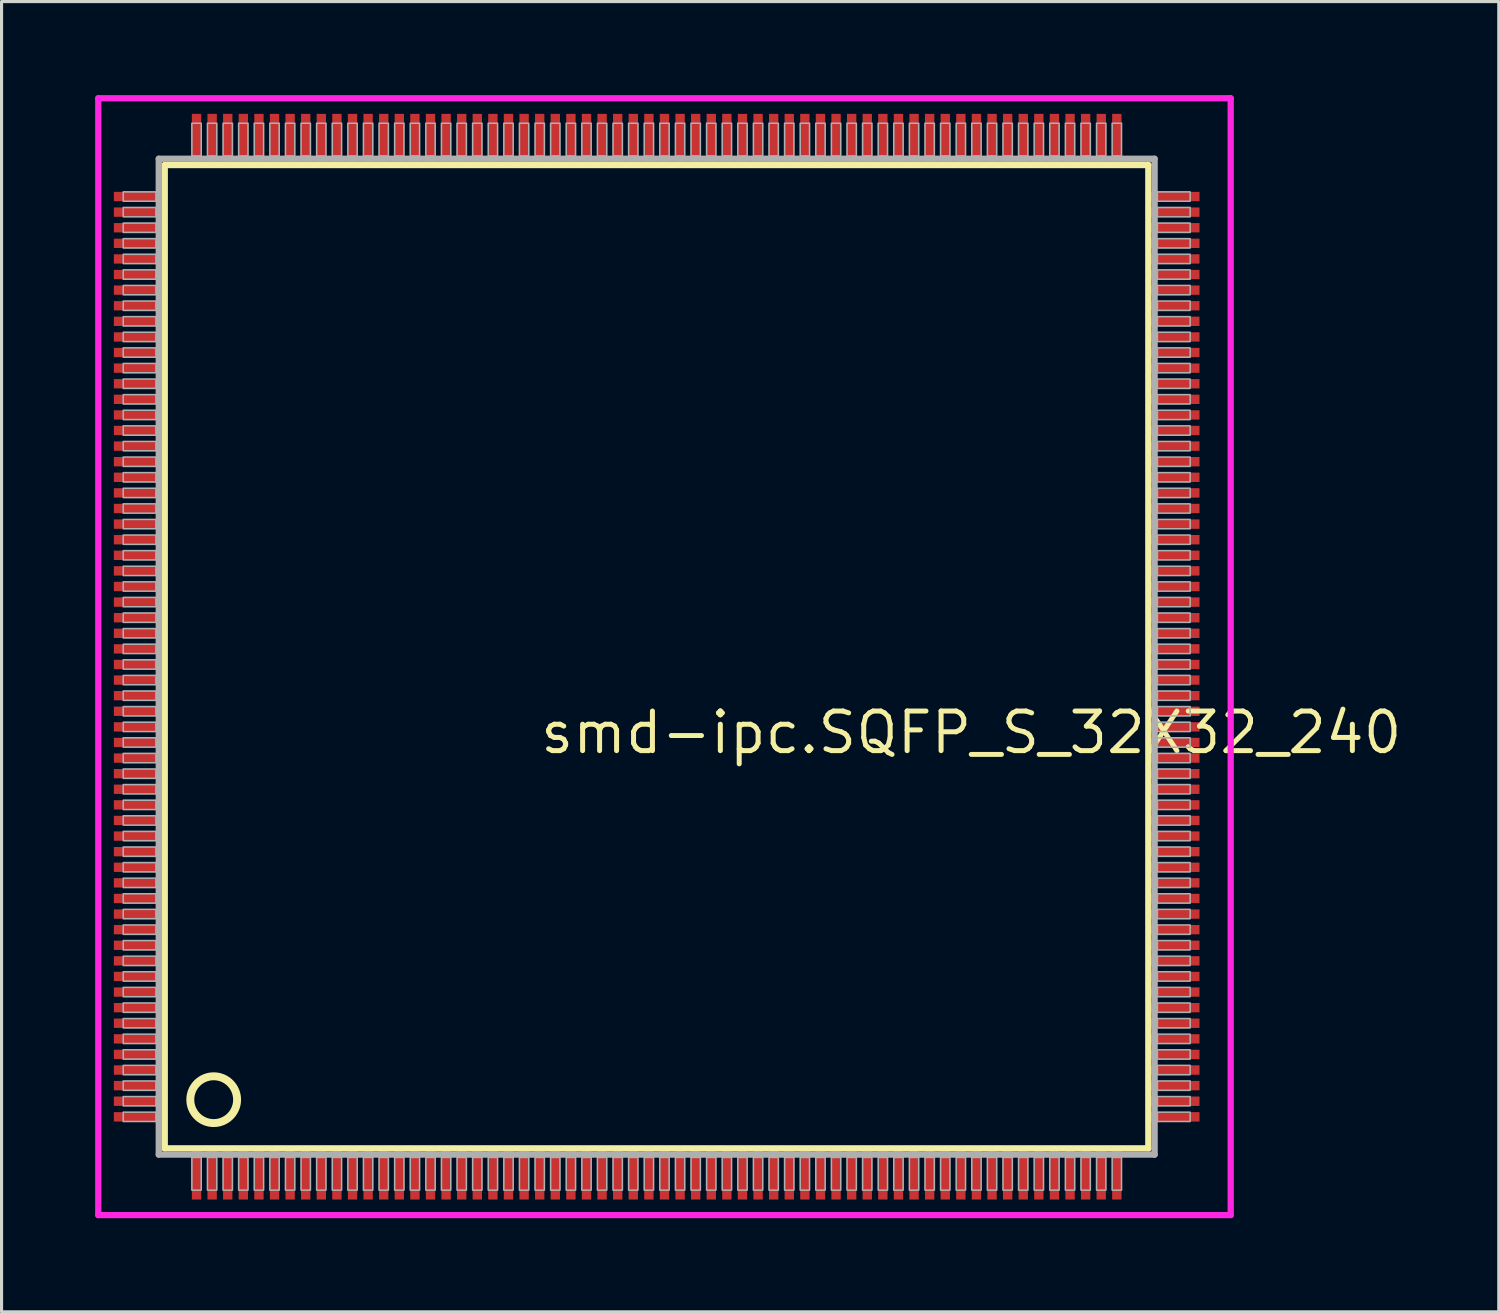
<source format=kicad_pcb>
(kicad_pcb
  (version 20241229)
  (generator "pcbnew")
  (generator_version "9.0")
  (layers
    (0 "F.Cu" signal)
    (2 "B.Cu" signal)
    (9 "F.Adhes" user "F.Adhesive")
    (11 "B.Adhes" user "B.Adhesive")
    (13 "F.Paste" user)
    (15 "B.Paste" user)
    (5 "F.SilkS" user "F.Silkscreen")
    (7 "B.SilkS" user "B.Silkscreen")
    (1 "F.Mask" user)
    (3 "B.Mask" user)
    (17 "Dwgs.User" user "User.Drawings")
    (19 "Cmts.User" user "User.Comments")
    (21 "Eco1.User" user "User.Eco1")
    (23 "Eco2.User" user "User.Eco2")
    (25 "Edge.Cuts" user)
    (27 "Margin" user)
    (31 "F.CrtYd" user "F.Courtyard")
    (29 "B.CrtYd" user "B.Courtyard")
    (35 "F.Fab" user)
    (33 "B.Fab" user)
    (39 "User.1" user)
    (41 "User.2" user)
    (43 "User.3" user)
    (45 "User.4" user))
  (footprint "smd-ipc.SQFP_S_32X32_240"
    (layer "F.Cu")
    (at 18 18)
    (property "Reference" "smd-ipc.SQFP_S_32X32_240" (at -3.81 3.175 0) (layer "F.SilkS") (effects (font (size 1.27 1.27) (thickness 0.16)) (justify left bottom)))
    (attr smd)
    (fp_line (start -15.77 -15.76) (end 15.76 -15.76) (stroke (width 0.203) (type default)) (layer "F.SilkS"))
    (fp_line (start -15.77 15.76) (end -15.77 -15.76) (stroke (width 0.203) (type default)) (layer "F.SilkS"))
    (fp_line (start 15.76 -15.76) (end 15.76 15.76) (stroke (width 0.203) (type default)) (layer "F.SilkS"))
    (fp_line (start 15.76 15.76) (end -15.77 15.76) (stroke (width 0.203) (type default)) (layer "F.SilkS"))
    (fp_circle (center -14.2 14.2) (end -13.45 14.2) (stroke (width 0.254) (type default)) (fill no) (layer "F.SilkS"))
    (fp_line (start -17.9 -17.9) (end 18.4 -17.9) (stroke (width 0.2) (type default)) (layer "F.CrtYd"))
    (fp_line (start -17.9 17.9) (end -17.9 -17.9) (stroke (width 0.2) (type default)) (layer "F.CrtYd"))
    (fp_line (start 18.4 -17.9) (end 18.4 17.9) (stroke (width 0.2) (type default)) (layer "F.CrtYd"))
    (fp_line (start 18.4 17.9) (end -17.9 17.9) (stroke (width 0.2) (type default)) (layer "F.CrtYd"))
    (fp_line (start -15.96 -15.96) (end -15.96 15.96) (stroke (width 0.203) (type default)) (layer "F.Fab"))
    (fp_line (start -15.96 15.96) (end 15.96 15.96) (stroke (width 0.203) (type default)) (layer "F.Fab"))
    (fp_line (start 15.96 -15.96) (end -15.96 -15.96) (stroke (width 0.203) (type default)) (layer "F.Fab"))
    (fp_line (start 15.96 15.96) (end 15.96 -15.96) (stroke (width 0.203) (type default)) (layer "F.Fab"))
    (fp_rect (start -17.1 -14.6) (end -16.05 -14.9) (stroke (width 0.05) (type default)) (fill no) (layer "F.Fab"))
    (fp_rect (start -17.1 -14.1) (end -16.05 -14.4) (stroke (width 0.05) (type default)) (fill no) (layer "F.Fab"))
    (fp_rect (start -17.1 -13.6) (end -16.05 -13.9) (stroke (width 0.05) (type default)) (fill no) (layer "F.Fab"))
    (fp_rect (start -17.1 -13.1) (end -16.05 -13.4) (stroke (width 0.05) (type default)) (fill no) (layer "F.Fab"))
    (fp_rect (start -17.1 -12.6) (end -16.05 -12.9) (stroke (width 0.05) (type default)) (fill no) (layer "F.Fab"))
    (fp_rect (start -17.1 -12.1) (end -16.05 -12.4) (stroke (width 0.05) (type default)) (fill no) (layer "F.Fab"))
    (fp_rect (start -17.1 -11.6) (end -16.05 -11.9) (stroke (width 0.05) (type default)) (fill no) (layer "F.Fab"))
    (fp_rect (start -17.1 -11.1) (end -16.05 -11.4) (stroke (width 0.05) (type default)) (fill no) (layer "F.Fab"))
    (fp_rect (start -17.1 -10.6) (end -16.05 -10.9) (stroke (width 0.05) (type default)) (fill no) (layer "F.Fab"))
    (fp_rect (start -17.1 -10.1) (end -16.05 -10.4) (stroke (width 0.05) (type default)) (fill no) (layer "F.Fab"))
    (fp_rect (start -17.1 -9.6) (end -16.05 -9.9) (stroke (width 0.05) (type default)) (fill no) (layer "F.Fab"))
    (fp_rect (start -17.1 -9.1) (end -16.05 -9.4) (stroke (width 0.05) (type default)) (fill no) (layer "F.Fab"))
    (fp_rect (start -17.1 -8.6) (end -16.05 -8.9) (stroke (width 0.05) (type default)) (fill no) (layer "F.Fab"))
    (fp_rect (start -17.1 -8.1) (end -16.05 -8.4) (stroke (width 0.05) (type default)) (fill no) (layer "F.Fab"))
    (fp_rect (start -17.1 -7.6) (end -16.05 -7.9) (stroke (width 0.05) (type default)) (fill no) (layer "F.Fab"))
    (fp_rect (start -17.1 -7.1) (end -16.05 -7.4) (stroke (width 0.05) (type default)) (fill no) (layer "F.Fab"))
    (fp_rect (start -17.1 -6.6) (end -16.05 -6.9) (stroke (width 0.05) (type default)) (fill no) (layer "F.Fab"))
    (fp_rect (start -17.1 -6.1) (end -16.05 -6.4) (stroke (width 0.05) (type default)) (fill no) (layer "F.Fab"))
    (fp_rect (start -17.1 -5.6) (end -16.05 -5.9) (stroke (width 0.05) (type default)) (fill no) (layer "F.Fab"))
    (fp_rect (start -17.1 -5.1) (end -16.05 -5.4) (stroke (width 0.05) (type default)) (fill no) (layer "F.Fab"))
    (fp_rect (start -17.1 -4.6) (end -16.05 -4.9) (stroke (width 0.05) (type default)) (fill no) (layer "F.Fab"))
    (fp_rect (start -17.1 -4.1) (end -16.05 -4.4) (stroke (width 0.05) (type default)) (fill no) (layer "F.Fab"))
    (fp_rect (start -17.1 -3.6) (end -16.05 -3.9) (stroke (width 0.05) (type default)) (fill no) (layer "F.Fab"))
    (fp_rect (start -17.1 -3.1) (end -16.05 -3.4) (stroke (width 0.05) (type default)) (fill no) (layer "F.Fab"))
    (fp_rect (start -17.1 -2.6) (end -16.05 -2.9) (stroke (width 0.05) (type default)) (fill no) (layer "F.Fab"))
    (fp_rect (start -17.1 -2.1) (end -16.05 -2.4) (stroke (width 0.05) (type default)) (fill no) (layer "F.Fab"))
    (fp_rect (start -17.1 -1.6) (end -16.05 -1.9) (stroke (width 0.05) (type default)) (fill no) (layer "F.Fab"))
    (fp_rect (start -17.1 -1.1) (end -16.05 -1.4) (stroke (width 0.05) (type default)) (fill no) (layer "F.Fab"))
    (fp_rect (start -17.1 -0.6) (end -16.05 -0.9) (stroke (width 0.05) (type default)) (fill no) (layer "F.Fab"))
    (fp_rect (start -17.1 -0.1) (end -16.05 -0.4) (stroke (width 0.05) (type default)) (fill no) (layer "F.Fab"))
    (fp_rect (start -17.1 0.4) (end -16.05 0.1) (stroke (width 0.05) (type default)) (fill no) (layer "F.Fab"))
    (fp_rect (start -17.1 0.9) (end -16.05 0.6) (stroke (width 0.05) (type default)) (fill no) (layer "F.Fab"))
    (fp_rect (start -17.1 1.4) (end -16.05 1.1) (stroke (width 0.05) (type default)) (fill no) (layer "F.Fab"))
    (fp_rect (start -17.1 1.9) (end -16.05 1.6) (stroke (width 0.05) (type default)) (fill no) (layer "F.Fab"))
    (fp_rect (start -17.1 2.4) (end -16.05 2.1) (stroke (width 0.05) (type default)) (fill no) (layer "F.Fab"))
    (fp_rect (start -17.1 2.9) (end -16.05 2.6) (stroke (width 0.05) (type default)) (fill no) (layer "F.Fab"))
    (fp_rect (start -17.1 3.4) (end -16.05 3.1) (stroke (width 0.05) (type default)) (fill no) (layer "F.Fab"))
    (fp_rect (start -17.1 3.9) (end -16.05 3.6) (stroke (width 0.05) (type default)) (fill no) (layer "F.Fab"))
    (fp_rect (start -17.1 4.4) (end -16.05 4.1) (stroke (width 0.05) (type default)) (fill no) (layer "F.Fab"))
    (fp_rect (start -17.1 4.9) (end -16.05 4.6) (stroke (width 0.05) (type default)) (fill no) (layer "F.Fab"))
    (fp_rect (start -17.1 5.4) (end -16.05 5.1) (stroke (width 0.05) (type default)) (fill no) (layer "F.Fab"))
    (fp_rect (start -17.1 5.9) (end -16.05 5.6) (stroke (width 0.05) (type default)) (fill no) (layer "F.Fab"))
    (fp_rect (start -17.1 6.4) (end -16.05 6.1) (stroke (width 0.05) (type default)) (fill no) (layer "F.Fab"))
    (fp_rect (start -17.1 6.9) (end -16.05 6.6) (stroke (width 0.05) (type default)) (fill no) (layer "F.Fab"))
    (fp_rect (start -17.1 7.4) (end -16.05 7.1) (stroke (width 0.05) (type default)) (fill no) (layer "F.Fab"))
    (fp_rect (start -17.1 7.9) (end -16.05 7.6) (stroke (width 0.05) (type default)) (fill no) (layer "F.Fab"))
    (fp_rect (start -17.1 8.4) (end -16.05 8.1) (stroke (width 0.05) (type default)) (fill no) (layer "F.Fab"))
    (fp_rect (start -17.1 8.9) (end -16.05 8.6) (stroke (width 0.05) (type default)) (fill no) (layer "F.Fab"))
    (fp_rect (start -17.1 9.4) (end -16.05 9.1) (stroke (width 0.05) (type default)) (fill no) (layer "F.Fab"))
    (fp_rect (start -17.1 9.9) (end -16.05 9.6) (stroke (width 0.05) (type default)) (fill no) (layer "F.Fab"))
    (fp_rect (start -17.1 10.4) (end -16.05 10.1) (stroke (width 0.05) (type default)) (fill no) (layer "F.Fab"))
    (fp_rect (start -17.1 10.9) (end -16.05 10.6) (stroke (width 0.05) (type default)) (fill no) (layer "F.Fab"))
    (fp_rect (start -17.1 11.4) (end -16.05 11.1) (stroke (width 0.05) (type default)) (fill no) (layer "F.Fab"))
    (fp_rect (start -17.1 11.9) (end -16.05 11.6) (stroke (width 0.05) (type default)) (fill no) (layer "F.Fab"))
    (fp_rect (start -17.1 12.4) (end -16.05 12.1) (stroke (width 0.05) (type default)) (fill no) (layer "F.Fab"))
    (fp_rect (start -17.1 12.9) (end -16.05 12.6) (stroke (width 0.05) (type default)) (fill no) (layer "F.Fab"))
    (fp_rect (start -17.1 13.4) (end -16.05 13.1) (stroke (width 0.05) (type default)) (fill no) (layer "F.Fab"))
    (fp_rect (start -17.1 13.9) (end -16.05 13.6) (stroke (width 0.05) (type default)) (fill no) (layer "F.Fab"))
    (fp_rect (start -17.1 14.4) (end -16.05 14.1) (stroke (width 0.05) (type default)) (fill no) (layer "F.Fab"))
    (fp_rect (start -17.1 14.9) (end -16.05 14.6) (stroke (width 0.05) (type default)) (fill no) (layer "F.Fab"))
    (fp_rect (start -14.9 -16.05) (end -14.6 -17.1) (stroke (width 0.05) (type default)) (fill no) (layer "F.Fab"))
    (fp_rect (start -14.9 17.1) (end -14.6 16.05) (stroke (width 0.05) (type default)) (fill no) (layer "F.Fab"))
    (fp_rect (start -14.4 -16.05) (end -14.1 -17.1) (stroke (width 0.05) (type default)) (fill no) (layer "F.Fab"))
    (fp_rect (start -14.4 17.1) (end -14.1 16.05) (stroke (width 0.05) (type default)) (fill no) (layer "F.Fab"))
    (fp_rect (start -13.9 -16.05) (end -13.6 -17.1) (stroke (width 0.05) (type default)) (fill no) (layer "F.Fab"))
    (fp_rect (start -13.9 17.1) (end -13.6 16.05) (stroke (width 0.05) (type default)) (fill no) (layer "F.Fab"))
    (fp_rect (start -13.4 -16.05) (end -13.1 -17.1) (stroke (width 0.05) (type default)) (fill no) (layer "F.Fab"))
    (fp_rect (start -13.4 17.1) (end -13.1 16.05) (stroke (width 0.05) (type default)) (fill no) (layer "F.Fab"))
    (fp_rect (start -12.9 -16.05) (end -12.6 -17.1) (stroke (width 0.05) (type default)) (fill no) (layer "F.Fab"))
    (fp_rect (start -12.9 17.1) (end -12.6 16.05) (stroke (width 0.05) (type default)) (fill no) (layer "F.Fab"))
    (fp_rect (start -12.4 -16.05) (end -12.1 -17.1) (stroke (width 0.05) (type default)) (fill no) (layer "F.Fab"))
    (fp_rect (start -12.4 17.1) (end -12.1 16.05) (stroke (width 0.05) (type default)) (fill no) (layer "F.Fab"))
    (fp_rect (start -11.9 -16.05) (end -11.6 -17.1) (stroke (width 0.05) (type default)) (fill no) (layer "F.Fab"))
    (fp_rect (start -11.9 17.1) (end -11.6 16.05) (stroke (width 0.05) (type default)) (fill no) (layer "F.Fab"))
    (fp_rect (start -11.4 -16.05) (end -11.1 -17.1) (stroke (width 0.05) (type default)) (fill no) (layer "F.Fab"))
    (fp_rect (start -11.4 17.1) (end -11.1 16.05) (stroke (width 0.05) (type default)) (fill no) (layer "F.Fab"))
    (fp_rect (start -10.9 -16.05) (end -10.6 -17.1) (stroke (width 0.05) (type default)) (fill no) (layer "F.Fab"))
    (fp_rect (start -10.9 17.1) (end -10.6 16.05) (stroke (width 0.05) (type default)) (fill no) (layer "F.Fab"))
    (fp_rect (start -10.4 -16.05) (end -10.1 -17.1) (stroke (width 0.05) (type default)) (fill no) (layer "F.Fab"))
    (fp_rect (start -10.4 17.1) (end -10.1 16.05) (stroke (width 0.05) (type default)) (fill no) (layer "F.Fab"))
    (fp_rect (start -9.9 -16.05) (end -9.6 -17.1) (stroke (width 0.05) (type default)) (fill no) (layer "F.Fab"))
    (fp_rect (start -9.9 17.1) (end -9.6 16.05) (stroke (width 0.05) (type default)) (fill no) (layer "F.Fab"))
    (fp_rect (start -9.4 -16.05) (end -9.1 -17.1) (stroke (width 0.05) (type default)) (fill no) (layer "F.Fab"))
    (fp_rect (start -9.4 17.1) (end -9.1 16.05) (stroke (width 0.05) (type default)) (fill no) (layer "F.Fab"))
    (fp_rect (start -8.9 -16.05) (end -8.6 -17.1) (stroke (width 0.05) (type default)) (fill no) (layer "F.Fab"))
    (fp_rect (start -8.9 17.1) (end -8.6 16.05) (stroke (width 0.05) (type default)) (fill no) (layer "F.Fab"))
    (fp_rect (start -8.4 -16.05) (end -8.1 -17.1) (stroke (width 0.05) (type default)) (fill no) (layer "F.Fab"))
    (fp_rect (start -8.4 17.1) (end -8.1 16.05) (stroke (width 0.05) (type default)) (fill no) (layer "F.Fab"))
    (fp_rect (start -7.9 -16.05) (end -7.6 -17.1) (stroke (width 0.05) (type default)) (fill no) (layer "F.Fab"))
    (fp_rect (start -7.9 17.1) (end -7.6 16.05) (stroke (width 0.05) (type default)) (fill no) (layer "F.Fab"))
    (fp_rect (start -7.4 -16.05) (end -7.1 -17.1) (stroke (width 0.05) (type default)) (fill no) (layer "F.Fab"))
    (fp_rect (start -7.4 17.1) (end -7.1 16.05) (stroke (width 0.05) (type default)) (fill no) (layer "F.Fab"))
    (fp_rect (start -6.9 -16.05) (end -6.6 -17.1) (stroke (width 0.05) (type default)) (fill no) (layer "F.Fab"))
    (fp_rect (start -6.9 17.1) (end -6.6 16.05) (stroke (width 0.05) (type default)) (fill no) (layer "F.Fab"))
    (fp_rect (start -6.4 -16.05) (end -6.1 -17.1) (stroke (width 0.05) (type default)) (fill no) (layer "F.Fab"))
    (fp_rect (start -6.4 17.1) (end -6.1 16.05) (stroke (width 0.05) (type default)) (fill no) (layer "F.Fab"))
    (fp_rect (start -5.9 -16.05) (end -5.6 -17.1) (stroke (width 0.05) (type default)) (fill no) (layer "F.Fab"))
    (fp_rect (start -5.9 17.1) (end -5.6 16.05) (stroke (width 0.05) (type default)) (fill no) (layer "F.Fab"))
    (fp_rect (start -5.4 -16.05) (end -5.1 -17.1) (stroke (width 0.05) (type default)) (fill no) (layer "F.Fab"))
    (fp_rect (start -5.4 17.1) (end -5.1 16.05) (stroke (width 0.05) (type default)) (fill no) (layer "F.Fab"))
    (fp_rect (start -4.9 -16.05) (end -4.6 -17.1) (stroke (width 0.05) (type default)) (fill no) (layer "F.Fab"))
    (fp_rect (start -4.9 17.1) (end -4.6 16.05) (stroke (width 0.05) (type default)) (fill no) (layer "F.Fab"))
    (fp_rect (start -4.4 -16.05) (end -4.1 -17.1) (stroke (width 0.05) (type default)) (fill no) (layer "F.Fab"))
    (fp_rect (start -4.4 17.1) (end -4.1 16.05) (stroke (width 0.05) (type default)) (fill no) (layer "F.Fab"))
    (fp_rect (start -3.9 -16.05) (end -3.6 -17.1) (stroke (width 0.05) (type default)) (fill no) (layer "F.Fab"))
    (fp_rect (start -3.9 17.1) (end -3.6 16.05) (stroke (width 0.05) (type default)) (fill no) (layer "F.Fab"))
    (fp_rect (start -3.4 -16.05) (end -3.1 -17.1) (stroke (width 0.05) (type default)) (fill no) (layer "F.Fab"))
    (fp_rect (start -3.4 17.1) (end -3.1 16.05) (stroke (width 0.05) (type default)) (fill no) (layer "F.Fab"))
    (fp_rect (start -2.9 -16.05) (end -2.6 -17.1) (stroke (width 0.05) (type default)) (fill no) (layer "F.Fab"))
    (fp_rect (start -2.9 17.1) (end -2.6 16.05) (stroke (width 0.05) (type default)) (fill no) (layer "F.Fab"))
    (fp_rect (start -2.4 -16.05) (end -2.1 -17.1) (stroke (width 0.05) (type default)) (fill no) (layer "F.Fab"))
    (fp_rect (start -2.4 17.1) (end -2.1 16.05) (stroke (width 0.05) (type default)) (fill no) (layer "F.Fab"))
    (fp_rect (start -1.9 -16.05) (end -1.6 -17.1) (stroke (width 0.05) (type default)) (fill no) (layer "F.Fab"))
    (fp_rect (start -1.9 17.1) (end -1.6 16.05) (stroke (width 0.05) (type default)) (fill no) (layer "F.Fab"))
    (fp_rect (start -1.4 -16.05) (end -1.1 -17.1) (stroke (width 0.05) (type default)) (fill no) (layer "F.Fab"))
    (fp_rect (start -1.4 17.1) (end -1.1 16.05) (stroke (width 0.05) (type default)) (fill no) (layer "F.Fab"))
    (fp_rect (start -0.9 -16.05) (end -0.6 -17.1) (stroke (width 0.05) (type default)) (fill no) (layer "F.Fab"))
    (fp_rect (start -0.9 17.1) (end -0.6 16.05) (stroke (width 0.05) (type default)) (fill no) (layer "F.Fab"))
    (fp_rect (start -0.4 -16.05) (end -0.1 -17.1) (stroke (width 0.05) (type default)) (fill no) (layer "F.Fab"))
    (fp_rect (start -0.4 17.1) (end -0.1 16.05) (stroke (width 0.05) (type default)) (fill no) (layer "F.Fab"))
    (fp_rect (start 0.1 -16.05) (end 0.4 -17.1) (stroke (width 0.05) (type default)) (fill no) (layer "F.Fab"))
    (fp_rect (start 0.1 17.1) (end 0.4 16.05) (stroke (width 0.05) (type default)) (fill no) (layer "F.Fab"))
    (fp_rect (start 0.6 -16.05) (end 0.9 -17.1) (stroke (width 0.05) (type default)) (fill no) (layer "F.Fab"))
    (fp_rect (start 0.6 17.1) (end 0.9 16.05) (stroke (width 0.05) (type default)) (fill no) (layer "F.Fab"))
    (fp_rect (start 1.1 -16.05) (end 1.4 -17.1) (stroke (width 0.05) (type default)) (fill no) (layer "F.Fab"))
    (fp_rect (start 1.1 17.1) (end 1.4 16.05) (stroke (width 0.05) (type default)) (fill no) (layer "F.Fab"))
    (fp_rect (start 1.6 -16.05) (end 1.9 -17.1) (stroke (width 0.05) (type default)) (fill no) (layer "F.Fab"))
    (fp_rect (start 1.6 17.1) (end 1.9 16.05) (stroke (width 0.05) (type default)) (fill no) (layer "F.Fab"))
    (fp_rect (start 2.1 -16.05) (end 2.4 -17.1) (stroke (width 0.05) (type default)) (fill no) (layer "F.Fab"))
    (fp_rect (start 2.1 17.1) (end 2.4 16.05) (stroke (width 0.05) (type default)) (fill no) (layer "F.Fab"))
    (fp_rect (start 2.6 -16.05) (end 2.9 -17.1) (stroke (width 0.05) (type default)) (fill no) (layer "F.Fab"))
    (fp_rect (start 2.6 17.1) (end 2.9 16.05) (stroke (width 0.05) (type default)) (fill no) (layer "F.Fab"))
    (fp_rect (start 3.1 -16.05) (end 3.4 -17.1) (stroke (width 0.05) (type default)) (fill no) (layer "F.Fab"))
    (fp_rect (start 3.1 17.1) (end 3.4 16.05) (stroke (width 0.05) (type default)) (fill no) (layer "F.Fab"))
    (fp_rect (start 3.6 -16.05) (end 3.9 -17.1) (stroke (width 0.05) (type default)) (fill no) (layer "F.Fab"))
    (fp_rect (start 3.6 17.1) (end 3.9 16.05) (stroke (width 0.05) (type default)) (fill no) (layer "F.Fab"))
    (fp_rect (start 4.1 -16.05) (end 4.4 -17.1) (stroke (width 0.05) (type default)) (fill no) (layer "F.Fab"))
    (fp_rect (start 4.1 17.1) (end 4.4 16.05) (stroke (width 0.05) (type default)) (fill no) (layer "F.Fab"))
    (fp_rect (start 4.6 -16.05) (end 4.9 -17.1) (stroke (width 0.05) (type default)) (fill no) (layer "F.Fab"))
    (fp_rect (start 4.6 17.1) (end 4.9 16.05) (stroke (width 0.05) (type default)) (fill no) (layer "F.Fab"))
    (fp_rect (start 5.1 -16.05) (end 5.4 -17.1) (stroke (width 0.05) (type default)) (fill no) (layer "F.Fab"))
    (fp_rect (start 5.1 17.1) (end 5.4 16.05) (stroke (width 0.05) (type default)) (fill no) (layer "F.Fab"))
    (fp_rect (start 5.6 -16.05) (end 5.9 -17.1) (stroke (width 0.05) (type default)) (fill no) (layer "F.Fab"))
    (fp_rect (start 5.6 17.1) (end 5.9 16.05) (stroke (width 0.05) (type default)) (fill no) (layer "F.Fab"))
    (fp_rect (start 6.1 -16.05) (end 6.4 -17.1) (stroke (width 0.05) (type default)) (fill no) (layer "F.Fab"))
    (fp_rect (start 6.1 17.1) (end 6.4 16.05) (stroke (width 0.05) (type default)) (fill no) (layer "F.Fab"))
    (fp_rect (start 6.6 -16.05) (end 6.9 -17.1) (stroke (width 0.05) (type default)) (fill no) (layer "F.Fab"))
    (fp_rect (start 6.6 17.1) (end 6.9 16.05) (stroke (width 0.05) (type default)) (fill no) (layer "F.Fab"))
    (fp_rect (start 7.1 -16.05) (end 7.4 -17.1) (stroke (width 0.05) (type default)) (fill no) (layer "F.Fab"))
    (fp_rect (start 7.1 17.1) (end 7.4 16.05) (stroke (width 0.05) (type default)) (fill no) (layer "F.Fab"))
    (fp_rect (start 7.6 -16.05) (end 7.9 -17.1) (stroke (width 0.05) (type default)) (fill no) (layer "F.Fab"))
    (fp_rect (start 7.6 17.1) (end 7.9 16.05) (stroke (width 0.05) (type default)) (fill no) (layer "F.Fab"))
    (fp_rect (start 8.1 -16.05) (end 8.4 -17.1) (stroke (width 0.05) (type default)) (fill no) (layer "F.Fab"))
    (fp_rect (start 8.1 17.1) (end 8.4 16.05) (stroke (width 0.05) (type default)) (fill no) (layer "F.Fab"))
    (fp_rect (start 8.6 -16.05) (end 8.9 -17.1) (stroke (width 0.05) (type default)) (fill no) (layer "F.Fab"))
    (fp_rect (start 8.6 17.1) (end 8.9 16.05) (stroke (width 0.05) (type default)) (fill no) (layer "F.Fab"))
    (fp_rect (start 9.1 -16.05) (end 9.4 -17.1) (stroke (width 0.05) (type default)) (fill no) (layer "F.Fab"))
    (fp_rect (start 9.1 17.1) (end 9.4 16.05) (stroke (width 0.05) (type default)) (fill no) (layer "F.Fab"))
    (fp_rect (start 9.6 -16.05) (end 9.9 -17.1) (stroke (width 0.05) (type default)) (fill no) (layer "F.Fab"))
    (fp_rect (start 9.6 17.1) (end 9.9 16.05) (stroke (width 0.05) (type default)) (fill no) (layer "F.Fab"))
    (fp_rect (start 10.1 -16.05) (end 10.4 -17.1) (stroke (width 0.05) (type default)) (fill no) (layer "F.Fab"))
    (fp_rect (start 10.1 17.1) (end 10.4 16.05) (stroke (width 0.05) (type default)) (fill no) (layer "F.Fab"))
    (fp_rect (start 10.6 -16.05) (end 10.9 -17.1) (stroke (width 0.05) (type default)) (fill no) (layer "F.Fab"))
    (fp_rect (start 10.6 17.1) (end 10.9 16.05) (stroke (width 0.05) (type default)) (fill no) (layer "F.Fab"))
    (fp_rect (start 11.1 -16.05) (end 11.4 -17.1) (stroke (width 0.05) (type default)) (fill no) (layer "F.Fab"))
    (fp_rect (start 11.1 17.1) (end 11.4 16.05) (stroke (width 0.05) (type default)) (fill no) (layer "F.Fab"))
    (fp_rect (start 11.6 -16.05) (end 11.9 -17.1) (stroke (width 0.05) (type default)) (fill no) (layer "F.Fab"))
    (fp_rect (start 11.6 17.1) (end 11.9 16.05) (stroke (width 0.05) (type default)) (fill no) (layer "F.Fab"))
    (fp_rect (start 12.1 -16.05) (end 12.4 -17.1) (stroke (width 0.05) (type default)) (fill no) (layer "F.Fab"))
    (fp_rect (start 12.1 17.1) (end 12.4 16.05) (stroke (width 0.05) (type default)) (fill no) (layer "F.Fab"))
    (fp_rect (start 12.6 -16.05) (end 12.9 -17.1) (stroke (width 0.05) (type default)) (fill no) (layer "F.Fab"))
    (fp_rect (start 12.6 17.1) (end 12.9 16.05) (stroke (width 0.05) (type default)) (fill no) (layer "F.Fab"))
    (fp_rect (start 13.1 -16.05) (end 13.4 -17.1) (stroke (width 0.05) (type default)) (fill no) (layer "F.Fab"))
    (fp_rect (start 13.1 17.1) (end 13.4 16.05) (stroke (width 0.05) (type default)) (fill no) (layer "F.Fab"))
    (fp_rect (start 13.6 -16.05) (end 13.9 -17.1) (stroke (width 0.05) (type default)) (fill no) (layer "F.Fab"))
    (fp_rect (start 13.6 17.1) (end 13.9 16.05) (stroke (width 0.05) (type default)) (fill no) (layer "F.Fab"))
    (fp_rect (start 14.1 -16.05) (end 14.4 -17.1) (stroke (width 0.05) (type default)) (fill no) (layer "F.Fab"))
    (fp_rect (start 14.1 17.1) (end 14.4 16.05) (stroke (width 0.05) (type default)) (fill no) (layer "F.Fab"))
    (fp_rect (start 14.6 -16.05) (end 14.9 -17.1) (stroke (width 0.05) (type default)) (fill no) (layer "F.Fab"))
    (fp_rect (start 14.6 17.1) (end 14.9 16.05) (stroke (width 0.05) (type default)) (fill no) (layer "F.Fab"))
    (fp_rect (start 16.05 -14.6) (end 17.1 -14.9) (stroke (width 0.05) (type default)) (fill no) (layer "F.Fab"))
    (fp_rect (start 16.05 -14.1) (end 17.1 -14.4) (stroke (width 0.05) (type default)) (fill no) (layer "F.Fab"))
    (fp_rect (start 16.05 -13.6) (end 17.1 -13.9) (stroke (width 0.05) (type default)) (fill no) (layer "F.Fab"))
    (fp_rect (start 16.05 -13.1) (end 17.1 -13.4) (stroke (width 0.05) (type default)) (fill no) (layer "F.Fab"))
    (fp_rect (start 16.05 -12.6) (end 17.1 -12.9) (stroke (width 0.05) (type default)) (fill no) (layer "F.Fab"))
    (fp_rect (start 16.05 -12.1) (end 17.1 -12.4) (stroke (width 0.05) (type default)) (fill no) (layer "F.Fab"))
    (fp_rect (start 16.05 -11.6) (end 17.1 -11.9) (stroke (width 0.05) (type default)) (fill no) (layer "F.Fab"))
    (fp_rect (start 16.05 -11.1) (end 17.1 -11.4) (stroke (width 0.05) (type default)) (fill no) (layer "F.Fab"))
    (fp_rect (start 16.05 -10.6) (end 17.1 -10.9) (stroke (width 0.05) (type default)) (fill no) (layer "F.Fab"))
    (fp_rect (start 16.05 -10.1) (end 17.1 -10.4) (stroke (width 0.05) (type default)) (fill no) (layer "F.Fab"))
    (fp_rect (start 16.05 -9.6) (end 17.1 -9.9) (stroke (width 0.05) (type default)) (fill no) (layer "F.Fab"))
    (fp_rect (start 16.05 -9.1) (end 17.1 -9.4) (stroke (width 0.05) (type default)) (fill no) (layer "F.Fab"))
    (fp_rect (start 16.05 -8.6) (end 17.1 -8.9) (stroke (width 0.05) (type default)) (fill no) (layer "F.Fab"))
    (fp_rect (start 16.05 -8.1) (end 17.1 -8.4) (stroke (width 0.05) (type default)) (fill no) (layer "F.Fab"))
    (fp_rect (start 16.05 -7.6) (end 17.1 -7.9) (stroke (width 0.05) (type default)) (fill no) (layer "F.Fab"))
    (fp_rect (start 16.05 -7.1) (end 17.1 -7.4) (stroke (width 0.05) (type default)) (fill no) (layer "F.Fab"))
    (fp_rect (start 16.05 -6.6) (end 17.1 -6.9) (stroke (width 0.05) (type default)) (fill no) (layer "F.Fab"))
    (fp_rect (start 16.05 -6.1) (end 17.1 -6.4) (stroke (width 0.05) (type default)) (fill no) (layer "F.Fab"))
    (fp_rect (start 16.05 -5.6) (end 17.1 -5.9) (stroke (width 0.05) (type default)) (fill no) (layer "F.Fab"))
    (fp_rect (start 16.05 -5.1) (end 17.1 -5.4) (stroke (width 0.05) (type default)) (fill no) (layer "F.Fab"))
    (fp_rect (start 16.05 -4.6) (end 17.1 -4.9) (stroke (width 0.05) (type default)) (fill no) (layer "F.Fab"))
    (fp_rect (start 16.05 -4.1) (end 17.1 -4.4) (stroke (width 0.05) (type default)) (fill no) (layer "F.Fab"))
    (fp_rect (start 16.05 -3.6) (end 17.1 -3.9) (stroke (width 0.05) (type default)) (fill no) (layer "F.Fab"))
    (fp_rect (start 16.05 -3.1) (end 17.1 -3.4) (stroke (width 0.05) (type default)) (fill no) (layer "F.Fab"))
    (fp_rect (start 16.05 -2.6) (end 17.1 -2.9) (stroke (width 0.05) (type default)) (fill no) (layer "F.Fab"))
    (fp_rect (start 16.05 -2.1) (end 17.1 -2.4) (stroke (width 0.05) (type default)) (fill no) (layer "F.Fab"))
    (fp_rect (start 16.05 -1.6) (end 17.1 -1.9) (stroke (width 0.05) (type default)) (fill no) (layer "F.Fab"))
    (fp_rect (start 16.05 -1.1) (end 17.1 -1.4) (stroke (width 0.05) (type default)) (fill no) (layer "F.Fab"))
    (fp_rect (start 16.05 -0.6) (end 17.1 -0.9) (stroke (width 0.05) (type default)) (fill no) (layer "F.Fab"))
    (fp_rect (start 16.05 -0.1) (end 17.1 -0.4) (stroke (width 0.05) (type default)) (fill no) (layer "F.Fab"))
    (fp_rect (start 16.05 0.4) (end 17.1 0.1) (stroke (width 0.05) (type default)) (fill no) (layer "F.Fab"))
    (fp_rect (start 16.05 0.9) (end 17.1 0.6) (stroke (width 0.05) (type default)) (fill no) (layer "F.Fab"))
    (fp_rect (start 16.05 1.4) (end 17.1 1.1) (stroke (width 0.05) (type default)) (fill no) (layer "F.Fab"))
    (fp_rect (start 16.05 1.9) (end 17.1 1.6) (stroke (width 0.05) (type default)) (fill no) (layer "F.Fab"))
    (fp_rect (start 16.05 2.4) (end 17.1 2.1) (stroke (width 0.05) (type default)) (fill no) (layer "F.Fab"))
    (fp_rect (start 16.05 2.9) (end 17.1 2.6) (stroke (width 0.05) (type default)) (fill no) (layer "F.Fab"))
    (fp_rect (start 16.05 3.4) (end 17.1 3.1) (stroke (width 0.05) (type default)) (fill no) (layer "F.Fab"))
    (fp_rect (start 16.05 3.9) (end 17.1 3.6) (stroke (width 0.05) (type default)) (fill no) (layer "F.Fab"))
    (fp_rect (start 16.05 4.4) (end 17.1 4.1) (stroke (width 0.05) (type default)) (fill no) (layer "F.Fab"))
    (fp_rect (start 16.05 4.9) (end 17.1 4.6) (stroke (width 0.05) (type default)) (fill no) (layer "F.Fab"))
    (fp_rect (start 16.05 5.4) (end 17.1 5.1) (stroke (width 0.05) (type default)) (fill no) (layer "F.Fab"))
    (fp_rect (start 16.05 5.9) (end 17.1 5.6) (stroke (width 0.05) (type default)) (fill no) (layer "F.Fab"))
    (fp_rect (start 16.05 6.4) (end 17.1 6.1) (stroke (width 0.05) (type default)) (fill no) (layer "F.Fab"))
    (fp_rect (start 16.05 6.9) (end 17.1 6.6) (stroke (width 0.05) (type default)) (fill no) (layer "F.Fab"))
    (fp_rect (start 16.05 7.4) (end 17.1 7.1) (stroke (width 0.05) (type default)) (fill no) (layer "F.Fab"))
    (fp_rect (start 16.05 7.9) (end 17.1 7.6) (stroke (width 0.05) (type default)) (fill no) (layer "F.Fab"))
    (fp_rect (start 16.05 8.4) (end 17.1 8.1) (stroke (width 0.05) (type default)) (fill no) (layer "F.Fab"))
    (fp_rect (start 16.05 8.9) (end 17.1 8.6) (stroke (width 0.05) (type default)) (fill no) (layer "F.Fab"))
    (fp_rect (start 16.05 9.4) (end 17.1 9.1) (stroke (width 0.05) (type default)) (fill no) (layer "F.Fab"))
    (fp_rect (start 16.05 9.9) (end 17.1 9.6) (stroke (width 0.05) (type default)) (fill no) (layer "F.Fab"))
    (fp_rect (start 16.05 10.4) (end 17.1 10.1) (stroke (width 0.05) (type default)) (fill no) (layer "F.Fab"))
    (fp_rect (start 16.05 10.9) (end 17.1 10.6) (stroke (width 0.05) (type default)) (fill no) (layer "F.Fab"))
    (fp_rect (start 16.05 11.4) (end 17.1 11.1) (stroke (width 0.05) (type default)) (fill no) (layer "F.Fab"))
    (fp_rect (start 16.05 11.9) (end 17.1 11.6) (stroke (width 0.05) (type default)) (fill no) (layer "F.Fab"))
    (fp_rect (start 16.05 12.4) (end 17.1 12.1) (stroke (width 0.05) (type default)) (fill no) (layer "F.Fab"))
    (fp_rect (start 16.05 12.9) (end 17.1 12.6) (stroke (width 0.05) (type default)) (fill no) (layer "F.Fab"))
    (fp_rect (start 16.05 13.4) (end 17.1 13.1) (stroke (width 0.05) (type default)) (fill no) (layer "F.Fab"))
    (fp_rect (start 16.05 13.9) (end 17.1 13.6) (stroke (width 0.05) (type default)) (fill no) (layer "F.Fab"))
    (fp_rect (start 16.05 14.4) (end 17.1 14.1) (stroke (width 0.05) (type default)) (fill no) (layer "F.Fab"))
    (fp_rect (start 16.05 14.9) (end 17.1 14.6) (stroke (width 0.05) (type default)) (fill no) (layer "F.Fab"))
    (pad "1" smd roundrect (at -14.75 16.6) (size 0.3 1.6) (layers "F.Cu" "F.Mask" "F.Paste") (roundrect_rratio 0.01))
    (pad "2" smd roundrect (at -14.25 16.6) (size 0.3 1.6) (layers "F.Cu" "F.Mask" "F.Paste") (roundrect_rratio 0.01))
    (pad "3" smd roundrect (at -13.75 16.6) (size 0.3 1.6) (layers "F.Cu" "F.Mask" "F.Paste") (roundrect_rratio 0.01))
    (pad "4" smd roundrect (at -13.25 16.6) (size 0.3 1.6) (layers "F.Cu" "F.Mask" "F.Paste") (roundrect_rratio 0.01))
    (pad "5" smd roundrect (at -12.75 16.6) (size 0.3 1.6) (layers "F.Cu" "F.Mask" "F.Paste") (roundrect_rratio 0.01))
    (pad "6" smd roundrect (at -12.25 16.6) (size 0.3 1.6) (layers "F.Cu" "F.Mask" "F.Paste") (roundrect_rratio 0.01))
    (pad "7" smd roundrect (at -11.75 16.6) (size 0.3 1.6) (layers "F.Cu" "F.Mask" "F.Paste") (roundrect_rratio 0.01))
    (pad "8" smd roundrect (at -11.25 16.6) (size 0.3 1.6) (layers "F.Cu" "F.Mask" "F.Paste") (roundrect_rratio 0.01))
    (pad "9" smd roundrect (at -10.75 16.6) (size 0.3 1.6) (layers "F.Cu" "F.Mask" "F.Paste") (roundrect_rratio 0.01))
    (pad "10" smd roundrect (at -10.25 16.6) (size 0.3 1.6) (layers "F.Cu" "F.Mask" "F.Paste") (roundrect_rratio 0.01))
    (pad "11" smd roundrect (at -9.75 16.6) (size 0.3 1.6) (layers "F.Cu" "F.Mask" "F.Paste") (roundrect_rratio 0.01))
    (pad "12" smd roundrect (at -9.25 16.6) (size 0.3 1.6) (layers "F.Cu" "F.Mask" "F.Paste") (roundrect_rratio 0.01))
    (pad "13" smd roundrect (at -8.75 16.6) (size 0.3 1.6) (layers "F.Cu" "F.Mask" "F.Paste") (roundrect_rratio 0.01))
    (pad "14" smd roundrect (at -8.25 16.6) (size 0.3 1.6) (layers "F.Cu" "F.Mask" "F.Paste") (roundrect_rratio 0.01))
    (pad "15" smd roundrect (at -7.75 16.6) (size 0.3 1.6) (layers "F.Cu" "F.Mask" "F.Paste") (roundrect_rratio 0.01))
    (pad "16" smd roundrect (at -7.25 16.6) (size 0.3 1.6) (layers "F.Cu" "F.Mask" "F.Paste") (roundrect_rratio 0.01))
    (pad "17" smd roundrect (at -6.75 16.6) (size 0.3 1.6) (layers "F.Cu" "F.Mask" "F.Paste") (roundrect_rratio 0.01))
    (pad "18" smd roundrect (at -6.25 16.6) (size 0.3 1.6) (layers "F.Cu" "F.Mask" "F.Paste") (roundrect_rratio 0.01))
    (pad "19" smd roundrect (at -5.75 16.6) (size 0.3 1.6) (layers "F.Cu" "F.Mask" "F.Paste") (roundrect_rratio 0.01))
    (pad "20" smd roundrect (at -5.25 16.6) (size 0.3 1.6) (layers "F.Cu" "F.Mask" "F.Paste") (roundrect_rratio 0.01))
    (pad "21" smd roundrect (at -4.75 16.6) (size 0.3 1.6) (layers "F.Cu" "F.Mask" "F.Paste") (roundrect_rratio 0.01))
    (pad "22" smd roundrect (at -4.25 16.6) (size 0.3 1.6) (layers "F.Cu" "F.Mask" "F.Paste") (roundrect_rratio 0.01))
    (pad "23" smd roundrect (at -3.75 16.6) (size 0.3 1.6) (layers "F.Cu" "F.Mask" "F.Paste") (roundrect_rratio 0.01))
    (pad "24" smd roundrect (at -3.25 16.6) (size 0.3 1.6) (layers "F.Cu" "F.Mask" "F.Paste") (roundrect_rratio 0.01))
    (pad "25" smd roundrect (at -2.75 16.6) (size 0.3 1.6) (layers "F.Cu" "F.Mask" "F.Paste") (roundrect_rratio 0.01))
    (pad "26" smd roundrect (at -2.25 16.6) (size 0.3 1.6) (layers "F.Cu" "F.Mask" "F.Paste") (roundrect_rratio 0.01))
    (pad "27" smd roundrect (at -1.75 16.6) (size 0.3 1.6) (layers "F.Cu" "F.Mask" "F.Paste") (roundrect_rratio 0.01))
    (pad "28" smd roundrect (at -1.25 16.6) (size 0.3 1.6) (layers "F.Cu" "F.Mask" "F.Paste") (roundrect_rratio 0.01))
    (pad "29" smd roundrect (at -0.75 16.6) (size 0.3 1.6) (layers "F.Cu" "F.Mask" "F.Paste") (roundrect_rratio 0.01))
    (pad "30" smd roundrect (at -0.25 16.6) (size 0.3 1.6) (layers "F.Cu" "F.Mask" "F.Paste") (roundrect_rratio 0.01))
    (pad "31" smd roundrect (at 0.25 16.6) (size 0.3 1.6) (layers "F.Cu" "F.Mask" "F.Paste") (roundrect_rratio 0.01))
    (pad "32" smd roundrect (at 0.75 16.6) (size 0.3 1.6) (layers "F.Cu" "F.Mask" "F.Paste") (roundrect_rratio 0.01))
    (pad "33" smd roundrect (at 1.25 16.6) (size 0.3 1.6) (layers "F.Cu" "F.Mask" "F.Paste") (roundrect_rratio 0.01))
    (pad "34" smd roundrect (at 1.75 16.6) (size 0.3 1.6) (layers "F.Cu" "F.Mask" "F.Paste") (roundrect_rratio 0.01))
    (pad "35" smd roundrect (at 2.25 16.6) (size 0.3 1.6) (layers "F.Cu" "F.Mask" "F.Paste") (roundrect_rratio 0.01))
    (pad "36" smd roundrect (at 2.75 16.6) (size 0.3 1.6) (layers "F.Cu" "F.Mask" "F.Paste") (roundrect_rratio 0.01))
    (pad "37" smd roundrect (at 3.25 16.6) (size 0.3 1.6) (layers "F.Cu" "F.Mask" "F.Paste") (roundrect_rratio 0.01))
    (pad "38" smd roundrect (at 3.75 16.6) (size 0.3 1.6) (layers "F.Cu" "F.Mask" "F.Paste") (roundrect_rratio 0.01))
    (pad "39" smd roundrect (at 4.25 16.6) (size 0.3 1.6) (layers "F.Cu" "F.Mask" "F.Paste") (roundrect_rratio 0.01))
    (pad "40" smd roundrect (at 4.75 16.6) (size 0.3 1.6) (layers "F.Cu" "F.Mask" "F.Paste") (roundrect_rratio 0.01))
    (pad "41" smd roundrect (at 5.25 16.6) (size 0.3 1.6) (layers "F.Cu" "F.Mask" "F.Paste") (roundrect_rratio 0.01))
    (pad "42" smd roundrect (at 5.75 16.6) (size 0.3 1.6) (layers "F.Cu" "F.Mask" "F.Paste") (roundrect_rratio 0.01))
    (pad "43" smd roundrect (at 6.25 16.6) (size 0.3 1.6) (layers "F.Cu" "F.Mask" "F.Paste") (roundrect_rratio 0.01))
    (pad "44" smd roundrect (at 6.75 16.6) (size 0.3 1.6) (layers "F.Cu" "F.Mask" "F.Paste") (roundrect_rratio 0.01))
    (pad "45" smd roundrect (at 7.25 16.6) (size 0.3 1.6) (layers "F.Cu" "F.Mask" "F.Paste") (roundrect_rratio 0.01))
    (pad "46" smd roundrect (at 7.75 16.6) (size 0.3 1.6) (layers "F.Cu" "F.Mask" "F.Paste") (roundrect_rratio 0.01))
    (pad "47" smd roundrect (at 8.25 16.6) (size 0.3 1.6) (layers "F.Cu" "F.Mask" "F.Paste") (roundrect_rratio 0.01))
    (pad "48" smd roundrect (at 8.75 16.6) (size 0.3 1.6) (layers "F.Cu" "F.Mask" "F.Paste") (roundrect_rratio 0.01))
    (pad "49" smd roundrect (at 9.25 16.6) (size 0.3 1.6) (layers "F.Cu" "F.Mask" "F.Paste") (roundrect_rratio 0.01))
    (pad "50" smd roundrect (at 9.75 16.6) (size 0.3 1.6) (layers "F.Cu" "F.Mask" "F.Paste") (roundrect_rratio 0.01))
    (pad "51" smd roundrect (at 10.25 16.6) (size 0.3 1.6) (layers "F.Cu" "F.Mask" "F.Paste") (roundrect_rratio 0.01))
    (pad "52" smd roundrect (at 10.75 16.6) (size 0.3 1.6) (layers "F.Cu" "F.Mask" "F.Paste") (roundrect_rratio 0.01))
    (pad "53" smd roundrect (at 11.25 16.6) (size 0.3 1.6) (layers "F.Cu" "F.Mask" "F.Paste") (roundrect_rratio 0.01))
    (pad "54" smd roundrect (at 11.75 16.6) (size 0.3 1.6) (layers "F.Cu" "F.Mask" "F.Paste") (roundrect_rratio 0.01))
    (pad "55" smd roundrect (at 12.25 16.6) (size 0.3 1.6) (layers "F.Cu" "F.Mask" "F.Paste") (roundrect_rratio 0.01))
    (pad "56" smd roundrect (at 12.75 16.6) (size 0.3 1.6) (layers "F.Cu" "F.Mask" "F.Paste") (roundrect_rratio 0.01))
    (pad "57" smd roundrect (at 13.25 16.6) (size 0.3 1.6) (layers "F.Cu" "F.Mask" "F.Paste") (roundrect_rratio 0.01))
    (pad "58" smd roundrect (at 13.75 16.6) (size 0.3 1.6) (layers "F.Cu" "F.Mask" "F.Paste") (roundrect_rratio 0.01))
    (pad "59" smd roundrect (at 14.25 16.6) (size 0.3 1.6) (layers "F.Cu" "F.Mask" "F.Paste") (roundrect_rratio 0.01))
    (pad "60" smd roundrect (at 14.75 16.6) (size 0.3 1.6) (layers "F.Cu" "F.Mask" "F.Paste") (roundrect_rratio 0.01))
    (pad "61" smd roundrect (at 16.6 14.75) (size 1.6 0.3) (layers "F.Cu" "F.Mask" "F.Paste") (roundrect_rratio 0.01))
    (pad "62" smd roundrect (at 16.6 14.25) (size 1.6 0.3) (layers "F.Cu" "F.Mask" "F.Paste") (roundrect_rratio 0.01))
    (pad "63" smd roundrect (at 16.6 13.75) (size 1.6 0.3) (layers "F.Cu" "F.Mask" "F.Paste") (roundrect_rratio 0.01))
    (pad "64" smd roundrect (at 16.6 13.25) (size 1.6 0.3) (layers "F.Cu" "F.Mask" "F.Paste") (roundrect_rratio 0.01))
    (pad "65" smd roundrect (at 16.6 12.75) (size 1.6 0.3) (layers "F.Cu" "F.Mask" "F.Paste") (roundrect_rratio 0.01))
    (pad "66" smd roundrect (at 16.6 12.25) (size 1.6 0.3) (layers "F.Cu" "F.Mask" "F.Paste") (roundrect_rratio 0.01))
    (pad "67" smd roundrect (at 16.6 11.75) (size 1.6 0.3) (layers "F.Cu" "F.Mask" "F.Paste") (roundrect_rratio 0.01))
    (pad "68" smd roundrect (at 16.6 11.25) (size 1.6 0.3) (layers "F.Cu" "F.Mask" "F.Paste") (roundrect_rratio 0.01))
    (pad "69" smd roundrect (at 16.6 10.75) (size 1.6 0.3) (layers "F.Cu" "F.Mask" "F.Paste") (roundrect_rratio 0.01))
    (pad "70" smd roundrect (at 16.6 10.25) (size 1.6 0.3) (layers "F.Cu" "F.Mask" "F.Paste") (roundrect_rratio 0.01))
    (pad "71" smd roundrect (at 16.6 9.75) (size 1.6 0.3) (layers "F.Cu" "F.Mask" "F.Paste") (roundrect_rratio 0.01))
    (pad "72" smd roundrect (at 16.6 9.25) (size 1.6 0.3) (layers "F.Cu" "F.Mask" "F.Paste") (roundrect_rratio 0.01))
    (pad "73" smd roundrect (at 16.6 8.75) (size 1.6 0.3) (layers "F.Cu" "F.Mask" "F.Paste") (roundrect_rratio 0.01))
    (pad "74" smd roundrect (at 16.6 8.25) (size 1.6 0.3) (layers "F.Cu" "F.Mask" "F.Paste") (roundrect_rratio 0.01))
    (pad "75" smd roundrect (at 16.6 7.75) (size 1.6 0.3) (layers "F.Cu" "F.Mask" "F.Paste") (roundrect_rratio 0.01))
    (pad "76" smd roundrect (at 16.6 7.25) (size 1.6 0.3) (layers "F.Cu" "F.Mask" "F.Paste") (roundrect_rratio 0.01))
    (pad "77" smd roundrect (at 16.6 6.75) (size 1.6 0.3) (layers "F.Cu" "F.Mask" "F.Paste") (roundrect_rratio 0.01))
    (pad "78" smd roundrect (at 16.6 6.25) (size 1.6 0.3) (layers "F.Cu" "F.Mask" "F.Paste") (roundrect_rratio 0.01))
    (pad "79" smd roundrect (at 16.6 5.75) (size 1.6 0.3) (layers "F.Cu" "F.Mask" "F.Paste") (roundrect_rratio 0.01))
    (pad "80" smd roundrect (at 16.6 5.25) (size 1.6 0.3) (layers "F.Cu" "F.Mask" "F.Paste") (roundrect_rratio 0.01))
    (pad "81" smd roundrect (at 16.6 4.75) (size 1.6 0.3) (layers "F.Cu" "F.Mask" "F.Paste") (roundrect_rratio 0.01))
    (pad "82" smd roundrect (at 16.6 4.25) (size 1.6 0.3) (layers "F.Cu" "F.Mask" "F.Paste") (roundrect_rratio 0.01))
    (pad "83" smd roundrect (at 16.6 3.75) (size 1.6 0.3) (layers "F.Cu" "F.Mask" "F.Paste") (roundrect_rratio 0.01))
    (pad "84" smd roundrect (at 16.6 3.25) (size 1.6 0.3) (layers "F.Cu" "F.Mask" "F.Paste") (roundrect_rratio 0.01))
    (pad "85" smd roundrect (at 16.6 2.75) (size 1.6 0.3) (layers "F.Cu" "F.Mask" "F.Paste") (roundrect_rratio 0.01))
    (pad "86" smd roundrect (at 16.6 2.25) (size 1.6 0.3) (layers "F.Cu" "F.Mask" "F.Paste") (roundrect_rratio 0.01))
    (pad "87" smd roundrect (at 16.6 1.75) (size 1.6 0.3) (layers "F.Cu" "F.Mask" "F.Paste") (roundrect_rratio 0.01))
    (pad "88" smd roundrect (at 16.6 1.25) (size 1.6 0.3) (layers "F.Cu" "F.Mask" "F.Paste") (roundrect_rratio 0.01))
    (pad "89" smd roundrect (at 16.6 0.75) (size 1.6 0.3) (layers "F.Cu" "F.Mask" "F.Paste") (roundrect_rratio 0.01))
    (pad "90" smd roundrect (at 16.6 0.25) (size 1.6 0.3) (layers "F.Cu" "F.Mask" "F.Paste") (roundrect_rratio 0.01))
    (pad "91" smd roundrect (at 16.6 -0.25) (size 1.6 0.3) (layers "F.Cu" "F.Mask" "F.Paste") (roundrect_rratio 0.01))
    (pad "92" smd roundrect (at 16.6 -0.75) (size 1.6 0.3) (layers "F.Cu" "F.Mask" "F.Paste") (roundrect_rratio 0.01))
    (pad "93" smd roundrect (at 16.6 -1.25) (size 1.6 0.3) (layers "F.Cu" "F.Mask" "F.Paste") (roundrect_rratio 0.01))
    (pad "94" smd roundrect (at 16.6 -1.75) (size 1.6 0.3) (layers "F.Cu" "F.Mask" "F.Paste") (roundrect_rratio 0.01))
    (pad "95" smd roundrect (at 16.6 -2.25) (size 1.6 0.3) (layers "F.Cu" "F.Mask" "F.Paste") (roundrect_rratio 0.01))
    (pad "96" smd roundrect (at 16.6 -2.75) (size 1.6 0.3) (layers "F.Cu" "F.Mask" "F.Paste") (roundrect_rratio 0.01))
    (pad "97" smd roundrect (at 16.6 -3.25) (size 1.6 0.3) (layers "F.Cu" "F.Mask" "F.Paste") (roundrect_rratio 0.01))
    (pad "98" smd roundrect (at 16.6 -3.75) (size 1.6 0.3) (layers "F.Cu" "F.Mask" "F.Paste") (roundrect_rratio 0.01))
    (pad "99" smd roundrect (at 16.6 -4.25) (size 1.6 0.3) (layers "F.Cu" "F.Mask" "F.Paste") (roundrect_rratio 0.01))
    (pad "100" smd roundrect (at 16.6 -4.75) (size 1.6 0.3) (layers "F.Cu" "F.Mask" "F.Paste") (roundrect_rratio 0.01))
    (pad "101" smd roundrect (at 16.6 -5.25) (size 1.6 0.3) (layers "F.Cu" "F.Mask" "F.Paste") (roundrect_rratio 0.01))
    (pad "102" smd roundrect (at 16.6 -5.75) (size 1.6 0.3) (layers "F.Cu" "F.Mask" "F.Paste") (roundrect_rratio 0.01))
    (pad "103" smd roundrect (at 16.6 -6.25) (size 1.6 0.3) (layers "F.Cu" "F.Mask" "F.Paste") (roundrect_rratio 0.01))
    (pad "104" smd roundrect (at 16.6 -6.75) (size 1.6 0.3) (layers "F.Cu" "F.Mask" "F.Paste") (roundrect_rratio 0.01))
    (pad "105" smd roundrect (at 16.6 -7.25) (size 1.6 0.3) (layers "F.Cu" "F.Mask" "F.Paste") (roundrect_rratio 0.01))
    (pad "106" smd roundrect (at 16.6 -7.75) (size 1.6 0.3) (layers "F.Cu" "F.Mask" "F.Paste") (roundrect_rratio 0.01))
    (pad "107" smd roundrect (at 16.6 -8.25) (size 1.6 0.3) (layers "F.Cu" "F.Mask" "F.Paste") (roundrect_rratio 0.01))
    (pad "108" smd roundrect (at 16.6 -8.75) (size 1.6 0.3) (layers "F.Cu" "F.Mask" "F.Paste") (roundrect_rratio 0.01))
    (pad "109" smd roundrect (at 16.6 -9.25) (size 1.6 0.3) (layers "F.Cu" "F.Mask" "F.Paste") (roundrect_rratio 0.01))
    (pad "110" smd roundrect (at 16.6 -9.75) (size 1.6 0.3) (layers "F.Cu" "F.Mask" "F.Paste") (roundrect_rratio 0.01))
    (pad "111" smd roundrect (at 16.6 -10.25) (size 1.6 0.3) (layers "F.Cu" "F.Mask" "F.Paste") (roundrect_rratio 0.01))
    (pad "112" smd roundrect (at 16.6 -10.75) (size 1.6 0.3) (layers "F.Cu" "F.Mask" "F.Paste") (roundrect_rratio 0.01))
    (pad "113" smd roundrect (at 16.6 -11.25) (size 1.6 0.3) (layers "F.Cu" "F.Mask" "F.Paste") (roundrect_rratio 0.01))
    (pad "114" smd roundrect (at 16.6 -11.75) (size 1.6 0.3) (layers "F.Cu" "F.Mask" "F.Paste") (roundrect_rratio 0.01))
    (pad "115" smd roundrect (at 16.6 -12.25) (size 1.6 0.3) (layers "F.Cu" "F.Mask" "F.Paste") (roundrect_rratio 0.01))
    (pad "116" smd roundrect (at 16.6 -12.75) (size 1.6 0.3) (layers "F.Cu" "F.Mask" "F.Paste") (roundrect_rratio 0.01))
    (pad "117" smd roundrect (at 16.6 -13.25) (size 1.6 0.3) (layers "F.Cu" "F.Mask" "F.Paste") (roundrect_rratio 0.01))
    (pad "118" smd roundrect (at 16.6 -13.75) (size 1.6 0.3) (layers "F.Cu" "F.Mask" "F.Paste") (roundrect_rratio 0.01))
    (pad "119" smd roundrect (at 16.6 -14.25) (size 1.6 0.3) (layers "F.Cu" "F.Mask" "F.Paste") (roundrect_rratio 0.01))
    (pad "120" smd roundrect (at 16.6 -14.75) (size 1.6 0.3) (layers "F.Cu" "F.Mask" "F.Paste") (roundrect_rratio 0.01))
    (pad "121" smd roundrect (at 14.75 -16.6) (size 0.3 1.6) (layers "F.Cu" "F.Mask" "F.Paste") (roundrect_rratio 0.01))
    (pad "122" smd roundrect (at 14.25 -16.6) (size 0.3 1.6) (layers "F.Cu" "F.Mask" "F.Paste") (roundrect_rratio 0.01))
    (pad "123" smd roundrect (at 13.75 -16.6) (size 0.3 1.6) (layers "F.Cu" "F.Mask" "F.Paste") (roundrect_rratio 0.01))
    (pad "124" smd roundrect (at 13.25 -16.6) (size 0.3 1.6) (layers "F.Cu" "F.Mask" "F.Paste") (roundrect_rratio 0.01))
    (pad "125" smd roundrect (at 12.75 -16.6) (size 0.3 1.6) (layers "F.Cu" "F.Mask" "F.Paste") (roundrect_rratio 0.01))
    (pad "126" smd roundrect (at 12.25 -16.6) (size 0.3 1.6) (layers "F.Cu" "F.Mask" "F.Paste") (roundrect_rratio 0.01))
    (pad "127" smd roundrect (at 11.75 -16.6) (size 0.3 1.6) (layers "F.Cu" "F.Mask" "F.Paste") (roundrect_rratio 0.01))
    (pad "128" smd roundrect (at 11.25 -16.6) (size 0.3 1.6) (layers "F.Cu" "F.Mask" "F.Paste") (roundrect_rratio 0.01))
    (pad "129" smd roundrect (at 10.75 -16.6) (size 0.3 1.6) (layers "F.Cu" "F.Mask" "F.Paste") (roundrect_rratio 0.01))
    (pad "130" smd roundrect (at 10.25 -16.6) (size 0.3 1.6) (layers "F.Cu" "F.Mask" "F.Paste") (roundrect_rratio 0.01))
    (pad "131" smd roundrect (at 9.75 -16.6) (size 0.3 1.6) (layers "F.Cu" "F.Mask" "F.Paste") (roundrect_rratio 0.01))
    (pad "132" smd roundrect (at 9.25 -16.6) (size 0.3 1.6) (layers "F.Cu" "F.Mask" "F.Paste") (roundrect_rratio 0.01))
    (pad "133" smd roundrect (at 8.75 -16.6) (size 0.3 1.6) (layers "F.Cu" "F.Mask" "F.Paste") (roundrect_rratio 0.01))
    (pad "134" smd roundrect (at 8.25 -16.6) (size 0.3 1.6) (layers "F.Cu" "F.Mask" "F.Paste") (roundrect_rratio 0.01))
    (pad "135" smd roundrect (at 7.75 -16.6) (size 0.3 1.6) (layers "F.Cu" "F.Mask" "F.Paste") (roundrect_rratio 0.01))
    (pad "136" smd roundrect (at 7.25 -16.6) (size 0.3 1.6) (layers "F.Cu" "F.Mask" "F.Paste") (roundrect_rratio 0.01))
    (pad "137" smd roundrect (at 6.75 -16.6) (size 0.3 1.6) (layers "F.Cu" "F.Mask" "F.Paste") (roundrect_rratio 0.01))
    (pad "138" smd roundrect (at 6.25 -16.6) (size 0.3 1.6) (layers "F.Cu" "F.Mask" "F.Paste") (roundrect_rratio 0.01))
    (pad "139" smd roundrect (at 5.75 -16.6) (size 0.3 1.6) (layers "F.Cu" "F.Mask" "F.Paste") (roundrect_rratio 0.01))
    (pad "140" smd roundrect (at 5.25 -16.6) (size 0.3 1.6) (layers "F.Cu" "F.Mask" "F.Paste") (roundrect_rratio 0.01))
    (pad "141" smd roundrect (at 4.75 -16.6) (size 0.3 1.6) (layers "F.Cu" "F.Mask" "F.Paste") (roundrect_rratio 0.01))
    (pad "142" smd roundrect (at 4.25 -16.6) (size 0.3 1.6) (layers "F.Cu" "F.Mask" "F.Paste") (roundrect_rratio 0.01))
    (pad "143" smd roundrect (at 3.75 -16.6) (size 0.3 1.6) (layers "F.Cu" "F.Mask" "F.Paste") (roundrect_rratio 0.01))
    (pad "144" smd roundrect (at 3.25 -16.6) (size 0.3 1.6) (layers "F.Cu" "F.Mask" "F.Paste") (roundrect_rratio 0.01))
    (pad "145" smd roundrect (at 2.75 -16.6) (size 0.3 1.6) (layers "F.Cu" "F.Mask" "F.Paste") (roundrect_rratio 0.01))
    (pad "146" smd roundrect (at 2.25 -16.6) (size 0.3 1.6) (layers "F.Cu" "F.Mask" "F.Paste") (roundrect_rratio 0.01))
    (pad "147" smd roundrect (at 1.75 -16.6) (size 0.3 1.6) (layers "F.Cu" "F.Mask" "F.Paste") (roundrect_rratio 0.01))
    (pad "148" smd roundrect (at 1.25 -16.6) (size 0.3 1.6) (layers "F.Cu" "F.Mask" "F.Paste") (roundrect_rratio 0.01))
    (pad "149" smd roundrect (at 0.75 -16.6) (size 0.3 1.6) (layers "F.Cu" "F.Mask" "F.Paste") (roundrect_rratio 0.01))
    (pad "150" smd roundrect (at 0.25 -16.6) (size 0.3 1.6) (layers "F.Cu" "F.Mask" "F.Paste") (roundrect_rratio 0.01))
    (pad "151" smd roundrect (at -0.25 -16.6) (size 0.3 1.6) (layers "F.Cu" "F.Mask" "F.Paste") (roundrect_rratio 0.01))
    (pad "152" smd roundrect (at -0.75 -16.6) (size 0.3 1.6) (layers "F.Cu" "F.Mask" "F.Paste") (roundrect_rratio 0.01))
    (pad "153" smd roundrect (at -1.25 -16.6) (size 0.3 1.6) (layers "F.Cu" "F.Mask" "F.Paste") (roundrect_rratio 0.01))
    (pad "154" smd roundrect (at -1.75 -16.6) (size 0.3 1.6) (layers "F.Cu" "F.Mask" "F.Paste") (roundrect_rratio 0.01))
    (pad "155" smd roundrect (at -2.25 -16.6) (size 0.3 1.6) (layers "F.Cu" "F.Mask" "F.Paste") (roundrect_rratio 0.01))
    (pad "156" smd roundrect (at -2.75 -16.6) (size 0.3 1.6) (layers "F.Cu" "F.Mask" "F.Paste") (roundrect_rratio 0.01))
    (pad "157" smd roundrect (at -3.25 -16.6) (size 0.3 1.6) (layers "F.Cu" "F.Mask" "F.Paste") (roundrect_rratio 0.01))
    (pad "158" smd roundrect (at -3.75 -16.6) (size 0.3 1.6) (layers "F.Cu" "F.Mask" "F.Paste") (roundrect_rratio 0.01))
    (pad "159" smd roundrect (at -4.25 -16.6) (size 0.3 1.6) (layers "F.Cu" "F.Mask" "F.Paste") (roundrect_rratio 0.01))
    (pad "160" smd roundrect (at -4.75 -16.6) (size 0.3 1.6) (layers "F.Cu" "F.Mask" "F.Paste") (roundrect_rratio 0.01))
    (pad "161" smd roundrect (at -5.25 -16.6) (size 0.3 1.6) (layers "F.Cu" "F.Mask" "F.Paste") (roundrect_rratio 0.01))
    (pad "162" smd roundrect (at -5.75 -16.6) (size 0.3 1.6) (layers "F.Cu" "F.Mask" "F.Paste") (roundrect_rratio 0.01))
    (pad "163" smd roundrect (at -6.25 -16.6) (size 0.3 1.6) (layers "F.Cu" "F.Mask" "F.Paste") (roundrect_rratio 0.01))
    (pad "164" smd roundrect (at -6.75 -16.6) (size 0.3 1.6) (layers "F.Cu" "F.Mask" "F.Paste") (roundrect_rratio 0.01))
    (pad "165" smd roundrect (at -7.25 -16.6) (size 0.3 1.6) (layers "F.Cu" "F.Mask" "F.Paste") (roundrect_rratio 0.01))
    (pad "166" smd roundrect (at -7.75 -16.6) (size 0.3 1.6) (layers "F.Cu" "F.Mask" "F.Paste") (roundrect_rratio 0.01))
    (pad "167" smd roundrect (at -8.25 -16.6) (size 0.3 1.6) (layers "F.Cu" "F.Mask" "F.Paste") (roundrect_rratio 0.01))
    (pad "168" smd roundrect (at -8.75 -16.6) (size 0.3 1.6) (layers "F.Cu" "F.Mask" "F.Paste") (roundrect_rratio 0.01))
    (pad "169" smd roundrect (at -9.25 -16.6) (size 0.3 1.6) (layers "F.Cu" "F.Mask" "F.Paste") (roundrect_rratio 0.01))
    (pad "170" smd roundrect (at -9.75 -16.6) (size 0.3 1.6) (layers "F.Cu" "F.Mask" "F.Paste") (roundrect_rratio 0.01))
    (pad "171" smd roundrect (at -10.25 -16.6) (size 0.3 1.6) (layers "F.Cu" "F.Mask" "F.Paste") (roundrect_rratio 0.01))
    (pad "172" smd roundrect (at -10.75 -16.6) (size 0.3 1.6) (layers "F.Cu" "F.Mask" "F.Paste") (roundrect_rratio 0.01))
    (pad "173" smd roundrect (at -11.25 -16.6) (size 0.3 1.6) (layers "F.Cu" "F.Mask" "F.Paste") (roundrect_rratio 0.01))
    (pad "174" smd roundrect (at -11.75 -16.6) (size 0.3 1.6) (layers "F.Cu" "F.Mask" "F.Paste") (roundrect_rratio 0.01))
    (pad "175" smd roundrect (at -12.25 -16.6) (size 0.3 1.6) (layers "F.Cu" "F.Mask" "F.Paste") (roundrect_rratio 0.01))
    (pad "176" smd roundrect (at -12.75 -16.6) (size 0.3 1.6) (layers "F.Cu" "F.Mask" "F.Paste") (roundrect_rratio 0.01))
    (pad "177" smd roundrect (at -13.25 -16.6) (size 0.3 1.6) (layers "F.Cu" "F.Mask" "F.Paste") (roundrect_rratio 0.01))
    (pad "178" smd roundrect (at -13.75 -16.6) (size 0.3 1.6) (layers "F.Cu" "F.Mask" "F.Paste") (roundrect_rratio 0.01))
    (pad "179" smd roundrect (at -14.25 -16.6) (size 0.3 1.6) (layers "F.Cu" "F.Mask" "F.Paste") (roundrect_rratio 0.01))
    (pad "180" smd roundrect (at -14.75 -16.6) (size 0.3 1.6) (layers "F.Cu" "F.Mask" "F.Paste") (roundrect_rratio 0.01))
    (pad "181" smd roundrect (at -16.6 -14.75) (size 1.6 0.3) (layers "F.Cu" "F.Mask" "F.Paste") (roundrect_rratio 0.01))
    (pad "182" smd roundrect (at -16.6 -14.25) (size 1.6 0.3) (layers "F.Cu" "F.Mask" "F.Paste") (roundrect_rratio 0.01))
    (pad "183" smd roundrect (at -16.6 -13.75) (size 1.6 0.3) (layers "F.Cu" "F.Mask" "F.Paste") (roundrect_rratio 0.01))
    (pad "184" smd roundrect (at -16.6 -13.25) (size 1.6 0.3) (layers "F.Cu" "F.Mask" "F.Paste") (roundrect_rratio 0.01))
    (pad "185" smd roundrect (at -16.6 -12.75) (size 1.6 0.3) (layers "F.Cu" "F.Mask" "F.Paste") (roundrect_rratio 0.01))
    (pad "186" smd roundrect (at -16.6 -12.25) (size 1.6 0.3) (layers "F.Cu" "F.Mask" "F.Paste") (roundrect_rratio 0.01))
    (pad "187" smd roundrect (at -16.6 -11.75) (size 1.6 0.3) (layers "F.Cu" "F.Mask" "F.Paste") (roundrect_rratio 0.01))
    (pad "188" smd roundrect (at -16.6 -11.25) (size 1.6 0.3) (layers "F.Cu" "F.Mask" "F.Paste") (roundrect_rratio 0.01))
    (pad "189" smd roundrect (at -16.6 -10.75) (size 1.6 0.3) (layers "F.Cu" "F.Mask" "F.Paste") (roundrect_rratio 0.01))
    (pad "190" smd roundrect (at -16.6 -10.25) (size 1.6 0.3) (layers "F.Cu" "F.Mask" "F.Paste") (roundrect_rratio 0.01))
    (pad "191" smd roundrect (at -16.6 -9.75) (size 1.6 0.3) (layers "F.Cu" "F.Mask" "F.Paste") (roundrect_rratio 0.01))
    (pad "192" smd roundrect (at -16.6 -9.25) (size 1.6 0.3) (layers "F.Cu" "F.Mask" "F.Paste") (roundrect_rratio 0.01))
    (pad "193" smd roundrect (at -16.6 -8.75) (size 1.6 0.3) (layers "F.Cu" "F.Mask" "F.Paste") (roundrect_rratio 0.01))
    (pad "194" smd roundrect (at -16.6 -8.25) (size 1.6 0.3) (layers "F.Cu" "F.Mask" "F.Paste") (roundrect_rratio 0.01))
    (pad "195" smd roundrect (at -16.6 -7.75) (size 1.6 0.3) (layers "F.Cu" "F.Mask" "F.Paste") (roundrect_rratio 0.01))
    (pad "196" smd roundrect (at -16.6 -7.25) (size 1.6 0.3) (layers "F.Cu" "F.Mask" "F.Paste") (roundrect_rratio 0.01))
    (pad "197" smd roundrect (at -16.6 -6.75) (size 1.6 0.3) (layers "F.Cu" "F.Mask" "F.Paste") (roundrect_rratio 0.01))
    (pad "198" smd roundrect (at -16.6 -6.25) (size 1.6 0.3) (layers "F.Cu" "F.Mask" "F.Paste") (roundrect_rratio 0.01))
    (pad "199" smd roundrect (at -16.6 -5.75) (size 1.6 0.3) (layers "F.Cu" "F.Mask" "F.Paste") (roundrect_rratio 0.01))
    (pad "200" smd roundrect (at -16.6 -5.25) (size 1.6 0.3) (layers "F.Cu" "F.Mask" "F.Paste") (roundrect_rratio 0.01))
    (pad "201" smd roundrect (at -16.6 -4.75) (size 1.6 0.3) (layers "F.Cu" "F.Mask" "F.Paste") (roundrect_rratio 0.01))
    (pad "202" smd roundrect (at -16.6 -4.25) (size 1.6 0.3) (layers "F.Cu" "F.Mask" "F.Paste") (roundrect_rratio 0.01))
    (pad "203" smd roundrect (at -16.6 -3.75) (size 1.6 0.3) (layers "F.Cu" "F.Mask" "F.Paste") (roundrect_rratio 0.01))
    (pad "204" smd roundrect (at -16.6 -3.25) (size 1.6 0.3) (layers "F.Cu" "F.Mask" "F.Paste") (roundrect_rratio 0.01))
    (pad "205" smd roundrect (at -16.6 -2.75) (size 1.6 0.3) (layers "F.Cu" "F.Mask" "F.Paste") (roundrect_rratio 0.01))
    (pad "206" smd roundrect (at -16.6 -2.25) (size 1.6 0.3) (layers "F.Cu" "F.Mask" "F.Paste") (roundrect_rratio 0.01))
    (pad "207" smd roundrect (at -16.6 -1.75) (size 1.6 0.3) (layers "F.Cu" "F.Mask" "F.Paste") (roundrect_rratio 0.01))
    (pad "208" smd roundrect (at -16.6 -1.25) (size 1.6 0.3) (layers "F.Cu" "F.Mask" "F.Paste") (roundrect_rratio 0.01))
    (pad "209" smd roundrect (at -16.6 -0.75) (size 1.6 0.3) (layers "F.Cu" "F.Mask" "F.Paste") (roundrect_rratio 0.01))
    (pad "210" smd roundrect (at -16.6 -0.25) (size 1.6 0.3) (layers "F.Cu" "F.Mask" "F.Paste") (roundrect_rratio 0.01))
    (pad "211" smd roundrect (at -16.6 0.25) (size 1.6 0.3) (layers "F.Cu" "F.Mask" "F.Paste") (roundrect_rratio 0.01))
    (pad "212" smd roundrect (at -16.6 0.75) (size 1.6 0.3) (layers "F.Cu" "F.Mask" "F.Paste") (roundrect_rratio 0.01))
    (pad "213" smd roundrect (at -16.6 1.25) (size 1.6 0.3) (layers "F.Cu" "F.Mask" "F.Paste") (roundrect_rratio 0.01))
    (pad "214" smd roundrect (at -16.6 1.75) (size 1.6 0.3) (layers "F.Cu" "F.Mask" "F.Paste") (roundrect_rratio 0.01))
    (pad "215" smd roundrect (at -16.6 2.25) (size 1.6 0.3) (layers "F.Cu" "F.Mask" "F.Paste") (roundrect_rratio 0.01))
    (pad "216" smd roundrect (at -16.6 2.75) (size 1.6 0.3) (layers "F.Cu" "F.Mask" "F.Paste") (roundrect_rratio 0.01))
    (pad "217" smd roundrect (at -16.6 3.25) (size 1.6 0.3) (layers "F.Cu" "F.Mask" "F.Paste") (roundrect_rratio 0.01))
    (pad "218" smd roundrect (at -16.6 3.75) (size 1.6 0.3) (layers "F.Cu" "F.Mask" "F.Paste") (roundrect_rratio 0.01))
    (pad "219" smd roundrect (at -16.6 4.25) (size 1.6 0.3) (layers "F.Cu" "F.Mask" "F.Paste") (roundrect_rratio 0.01))
    (pad "220" smd roundrect (at -16.6 4.75) (size 1.6 0.3) (layers "F.Cu" "F.Mask" "F.Paste") (roundrect_rratio 0.01))
    (pad "221" smd roundrect (at -16.6 5.25) (size 1.6 0.3) (layers "F.Cu" "F.Mask" "F.Paste") (roundrect_rratio 0.01))
    (pad "222" smd roundrect (at -16.6 5.75) (size 1.6 0.3) (layers "F.Cu" "F.Mask" "F.Paste") (roundrect_rratio 0.01))
    (pad "223" smd roundrect (at -16.6 6.25) (size 1.6 0.3) (layers "F.Cu" "F.Mask" "F.Paste") (roundrect_rratio 0.01))
    (pad "224" smd roundrect (at -16.6 6.75) (size 1.6 0.3) (layers "F.Cu" "F.Mask" "F.Paste") (roundrect_rratio 0.01))
    (pad "225" smd roundrect (at -16.6 7.25) (size 1.6 0.3) (layers "F.Cu" "F.Mask" "F.Paste") (roundrect_rratio 0.01))
    (pad "226" smd roundrect (at -16.6 7.75) (size 1.6 0.3) (layers "F.Cu" "F.Mask" "F.Paste") (roundrect_rratio 0.01))
    (pad "227" smd roundrect (at -16.6 8.25) (size 1.6 0.3) (layers "F.Cu" "F.Mask" "F.Paste") (roundrect_rratio 0.01))
    (pad "228" smd roundrect (at -16.6 8.75) (size 1.6 0.3) (layers "F.Cu" "F.Mask" "F.Paste") (roundrect_rratio 0.01))
    (pad "229" smd roundrect (at -16.6 9.25) (size 1.6 0.3) (layers "F.Cu" "F.Mask" "F.Paste") (roundrect_rratio 0.01))
    (pad "230" smd roundrect (at -16.6 9.75) (size 1.6 0.3) (layers "F.Cu" "F.Mask" "F.Paste") (roundrect_rratio 0.01))
    (pad "231" smd roundrect (at -16.6 10.25) (size 1.6 0.3) (layers "F.Cu" "F.Mask" "F.Paste") (roundrect_rratio 0.01))
    (pad "232" smd roundrect (at -16.6 10.75) (size 1.6 0.3) (layers "F.Cu" "F.Mask" "F.Paste") (roundrect_rratio 0.01))
    (pad "233" smd roundrect (at -16.6 11.25) (size 1.6 0.3) (layers "F.Cu" "F.Mask" "F.Paste") (roundrect_rratio 0.01))
    (pad "234" smd roundrect (at -16.6 11.75) (size 1.6 0.3) (layers "F.Cu" "F.Mask" "F.Paste") (roundrect_rratio 0.01))
    (pad "235" smd roundrect (at -16.6 12.25) (size 1.6 0.3) (layers "F.Cu" "F.Mask" "F.Paste") (roundrect_rratio 0.01))
    (pad "236" smd roundrect (at -16.6 12.75) (size 1.6 0.3) (layers "F.Cu" "F.Mask" "F.Paste") (roundrect_rratio 0.01))
    (pad "237" smd roundrect (at -16.6 13.25) (size 1.6 0.3) (layers "F.Cu" "F.Mask" "F.Paste") (roundrect_rratio 0.01))
    (pad "238" smd roundrect (at -16.6 13.75) (size 1.6 0.3) (layers "F.Cu" "F.Mask" "F.Paste") (roundrect_rratio 0.01))
    (pad "239" smd roundrect (at -16.6 14.25) (size 1.6 0.3) (layers "F.Cu" "F.Mask" "F.Paste") (roundrect_rratio 0.01))
    (pad "240" smd roundrect (at -16.6 14.75) (size 1.6 0.3) (layers "F.Cu" "F.Mask" "F.Paste") (roundrect_rratio 0.01)))
  (gr_rect
    (start -3 -3)
    (end 44.993 39)
    (stroke (width 0.1) (type default))
    (fill no)
    (layer "Edge.Cuts")))
</source>
